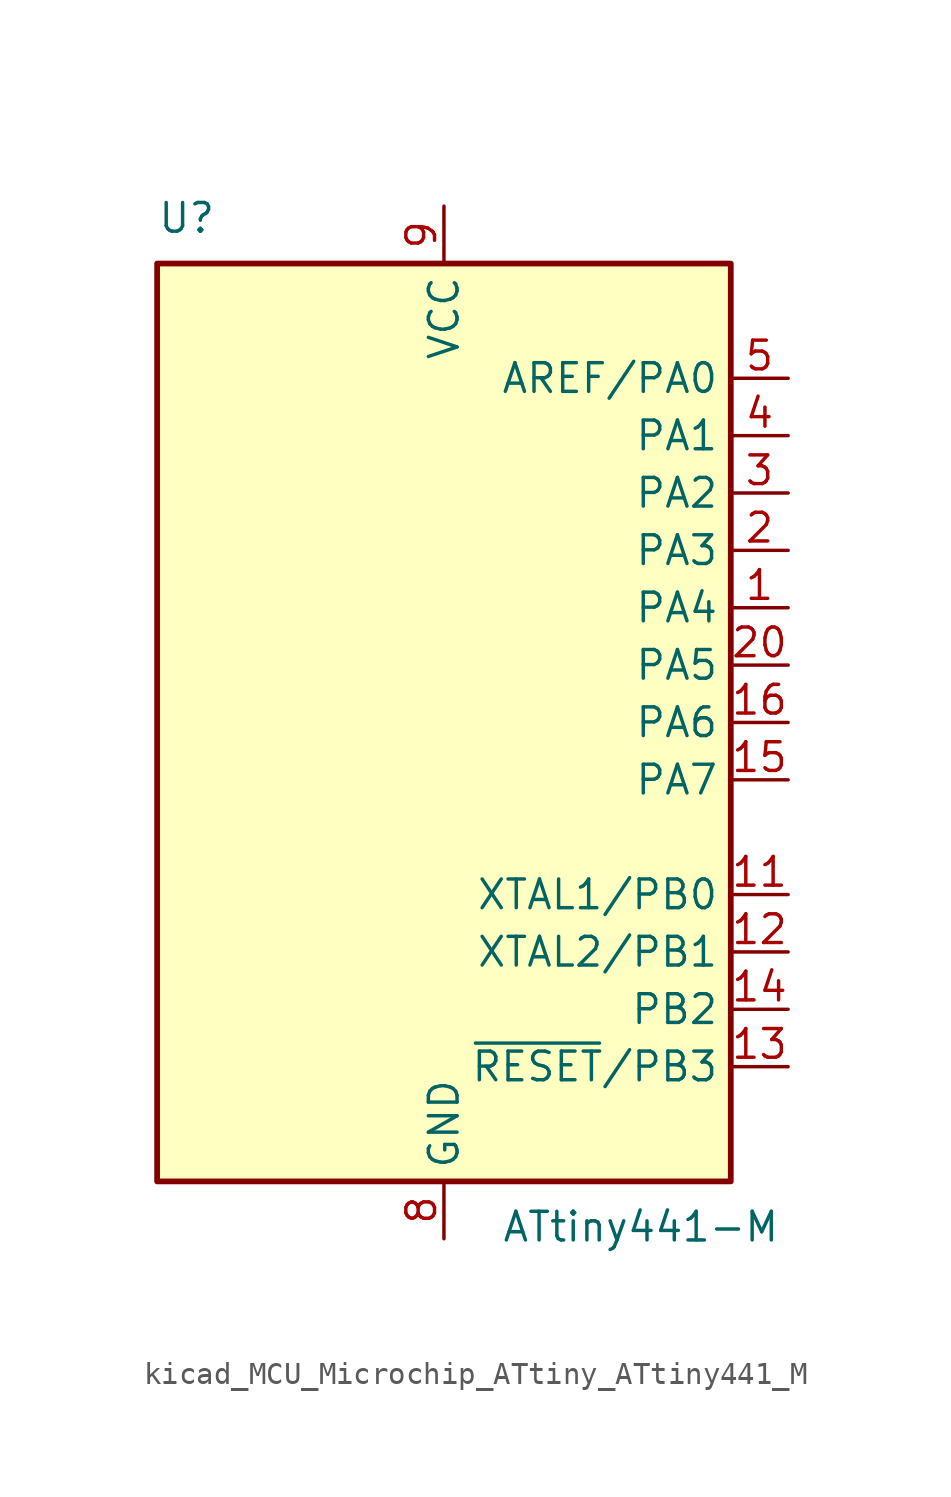
<source format=kicad_sym>
(kicad_symbol_lib
  (version 20220914)
  (generator kicad_symbol_editor)
  (symbol "kicad_MCU_Microchip_ATtiny_ATtiny441_M"
    (property "Reference" "U"
      (at -12.7 21.59 0)
      (effects (font (size 1.27 1.27)) (justify left bottom)))
    (property "Value" "ATtiny441-M"
      (at 2.54 -21.59 0)
      (effects (font (size 1.27 1.27)) (justify left top)))
    (symbol "kicad_MCU_Microchip_ATtiny_ATtiny441_M_0_1"
      (rectangle (start -12.7 -20.32) (end 12.7 20.32) (stroke (width 0.254) (type default)) (fill (type background))))
    (symbol "kicad_MCU_Microchip_ATtiny_ATtiny441_M_1_1"
      (pin bidirectional line (at 15.24 5.08 180) (length 2.54) (name "PA4" (effects (font (size 1.27 1.27)))) (number "1" (effects (font (size 1.27 1.27)))))
      (pin no_connect line (at -12.7 -10.16 0) (length 2.54) hide (name "NC" (effects (font (size 1.27 1.27)))) (number "10" (effects (font (size 1.27 1.27)))))
      (pin bidirectional line (at 15.24 -7.62 180) (length 2.54) (name "XTAL1/PB0" (effects (font (size 1.27 1.27)))) (number "11" (effects (font (size 1.27 1.27)))))
      (pin bidirectional line (at 15.24 -10.16 180) (length 2.54) (name "XTAL2/PB1" (effects (font (size 1.27 1.27)))) (number "12" (effects (font (size 1.27 1.27)))))
      (pin bidirectional line (at 15.24 -15.24 180) (length 2.54) (name "~{RESET}/PB3" (effects (font (size 1.27 1.27)))) (number "13" (effects (font (size 1.27 1.27)))))
      (pin bidirectional line (at 15.24 -12.7 180) (length 2.54) (name "PB2" (effects (font (size 1.27 1.27)))) (number "14" (effects (font (size 1.27 1.27)))))
      (pin bidirectional line (at 15.24 -2.54 180) (length 2.54) (name "PA7" (effects (font (size 1.27 1.27)))) (number "15" (effects (font (size 1.27 1.27)))))
      (pin bidirectional line (at 15.24 0 180) (length 2.54) (name "PA6" (effects (font (size 1.27 1.27)))) (number "16" (effects (font (size 1.27 1.27)))))
      (pin no_connect line (at -12.7 -12.7 0) (length 2.54) hide (name "NC" (effects (font (size 1.27 1.27)))) (number "17" (effects (font (size 1.27 1.27)))))
      (pin no_connect line (at -12.7 -15.24 0) (length 2.54) hide (name "NC" (effects (font (size 1.27 1.27)))) (number "18" (effects (font (size 1.27 1.27)))))
      (pin no_connect line (at -12.7 -17.78 0) (length 2.54) hide (name "NC" (effects (font (size 1.27 1.27)))) (number "19" (effects (font (size 1.27 1.27)))))
      (pin bidirectional line (at 15.24 7.62 180) (length 2.54) (name "PA3" (effects (font (size 1.27 1.27)))) (number "2" (effects (font (size 1.27 1.27)))))
      (pin bidirectional line (at 15.24 2.54 180) (length 2.54) (name "PA5" (effects (font (size 1.27 1.27)))) (number "20" (effects (font (size 1.27 1.27)))))
      (pin passive line (at 0 -22.86 90) (length 2.54) hide (name "GND" (effects (font (size 1.27 1.27)))) (number "21" (effects (font (size 1.27 1.27)))))
      (pin bidirectional line (at 15.24 10.16 180) (length 2.54) (name "PA2" (effects (font (size 1.27 1.27)))) (number "3" (effects (font (size 1.27 1.27)))))
      (pin bidirectional line (at 15.24 12.7 180) (length 2.54) (name "PA1" (effects (font (size 1.27 1.27)))) (number "4" (effects (font (size 1.27 1.27)))))
      (pin bidirectional line (at 15.24 15.24 180) (length 2.54) (name "AREF/PA0" (effects (font (size 1.27 1.27)))) (number "5" (effects (font (size 1.27 1.27)))))
      (pin no_connect line (at -12.7 -5.08 0) (length 2.54) hide (name "NC" (effects (font (size 1.27 1.27)))) (number "6" (effects (font (size 1.27 1.27)))))
      (pin no_connect line (at -12.7 -7.62 0) (length 2.54) hide (name "NC" (effects (font (size 1.27 1.27)))) (number "7" (effects (font (size 1.27 1.27)))))
      (pin power_in line (at 0 -22.86 90) (length 2.54) (name "GND" (effects (font (size 1.27 1.27)))) (number "8" (effects (font (size 1.27 1.27)))))
      (pin power_in line (at 0 22.86 270) (length 2.54) (name "VCC" (effects (font (size 1.27 1.27)))) (number "9" (effects (font (size 1.27 1.27))))))))
</source>
